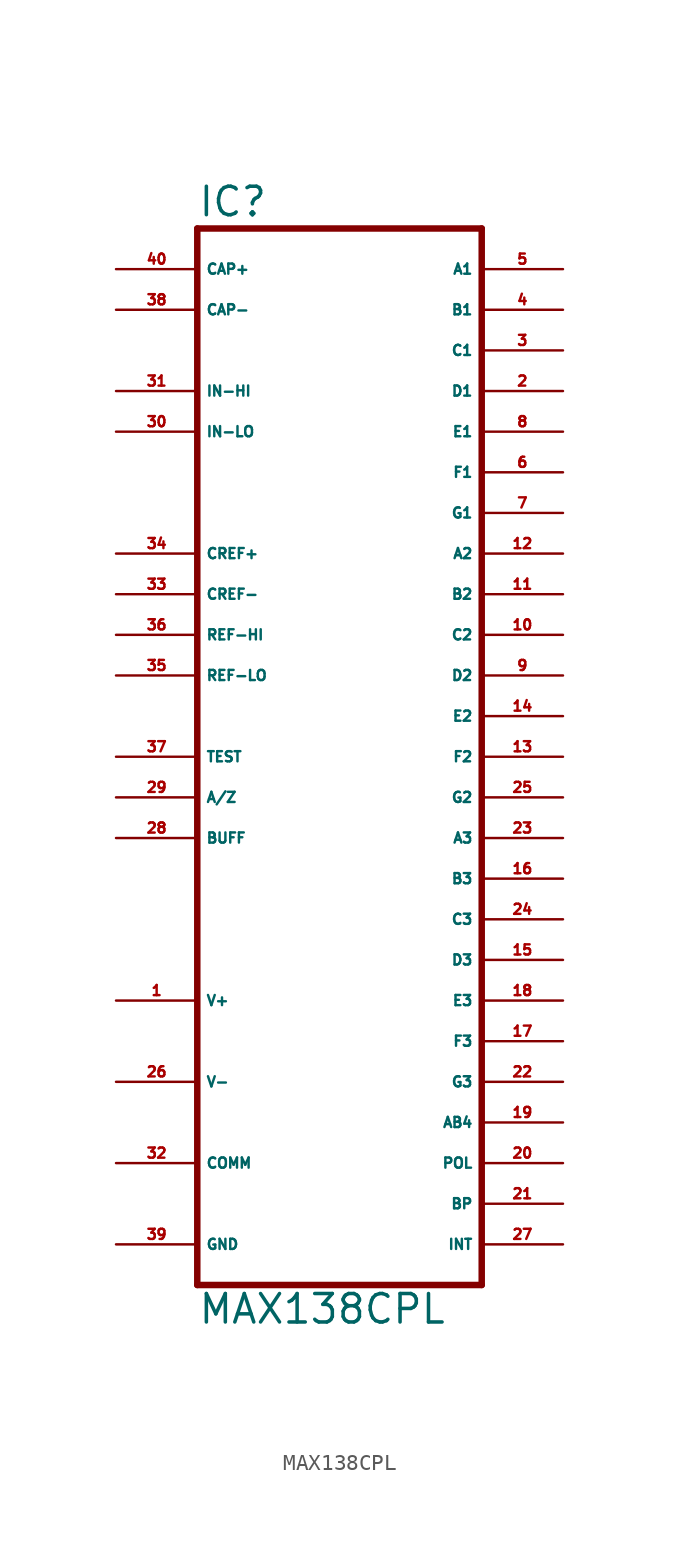
<source format=kicad_sym>
(kicad_symbol_lib
  (version 20220914)
  (generator Eagle2Kicad)
  (symbol "MAX138CPL"
    (property "Reference" "IC"
      (at -10.16 31.115 0)
      (effects (font (size 1.778 1.778) (thickness 0.22)) (justify left bottom)))
    (property "Value" "MAX138CPL"
      (at -10.16 -38.1 0)
      (effects (font (size 1.778 1.778) (thickness 0.22)) (justify left bottom)))
    (polyline
      (pts (xy -10.16 30.48) (xy 7.62 30.48))
      (stroke (width 0.406) (type default))
      (fill (type none)))
    (polyline
      (pts (xy 7.62 -35.56) (xy 7.62 30.48))
      (stroke (width 0.406) (type default))
      (fill (type none)))
    (polyline
      (pts (xy 7.62 -35.56) (xy -10.16 -35.56))
      (stroke (width 0.406) (type default))
      (fill (type none)))
    (polyline
      (pts (xy -10.16 30.48) (xy -10.16 -35.56))
      (stroke (width 0.406) (type default))
      (fill (type none)))
    (pin tri_state line
      (at 12.7 20.32 180)
      (length 5.08)
      (name "D1" (effects (font (size 0.635 0.635) (thickness 0.08)) (justify left bottom)))
      (number "2" (effects (font (size 0.635 0.635) (thickness 0.08)) (justify left bottom))))
    (pin tri_state line
      (at 12.7 22.86 180)
      (length 5.08)
      (name "C1" (effects (font (size 0.635 0.635) (thickness 0.08)) (justify left bottom)))
      (number "3" (effects (font (size 0.635 0.635) (thickness 0.08)) (justify left bottom))))
    (pin tri_state line
      (at 12.7 25.4 180)
      (length 5.08)
      (name "B1" (effects (font (size 0.635 0.635) (thickness 0.08)) (justify left bottom)))
      (number "4" (effects (font (size 0.635 0.635) (thickness 0.08)) (justify left bottom))))
    (pin tri_state line
      (at 12.7 27.94 180)
      (length 5.08)
      (name "A1" (effects (font (size 0.635 0.635) (thickness 0.08)) (justify left bottom)))
      (number "5" (effects (font (size 0.635 0.635) (thickness 0.08)) (justify left bottom))))
    (pin tri_state line
      (at 12.7 15.24 180)
      (length 5.08)
      (name "F1" (effects (font (size 0.635 0.635) (thickness 0.08)) (justify left bottom)))
      (number "6" (effects (font (size 0.635 0.635) (thickness 0.08)) (justify left bottom))))
    (pin tri_state line
      (at 12.7 12.7 180)
      (length 5.08)
      (name "G1" (effects (font (size 0.635 0.635) (thickness 0.08)) (justify left bottom)))
      (number "7" (effects (font (size 0.635 0.635) (thickness 0.08)) (justify left bottom))))
    (pin tri_state line
      (at 12.7 17.78 180)
      (length 5.08)
      (name "E1" (effects (font (size 0.635 0.635) (thickness 0.08)) (justify left bottom)))
      (number "8" (effects (font (size 0.635 0.635) (thickness 0.08)) (justify left bottom))))
    (pin tri_state line
      (at 12.7 2.54 180)
      (length 5.08)
      (name "D2" (effects (font (size 0.635 0.635) (thickness 0.08)) (justify left bottom)))
      (number "9" (effects (font (size 0.635 0.635) (thickness 0.08)) (justify left bottom))))
    (pin tri_state line
      (at 12.7 5.08 180)
      (length 5.08)
      (name "C2" (effects (font (size 0.635 0.635) (thickness 0.08)) (justify left bottom)))
      (number "10" (effects (font (size 0.635 0.635) (thickness 0.08)) (justify left bottom))))
    (pin tri_state line
      (at 12.7 7.62 180)
      (length 5.08)
      (name "B2" (effects (font (size 0.635 0.635) (thickness 0.08)) (justify left bottom)))
      (number "11" (effects (font (size 0.635 0.635) (thickness 0.08)) (justify left bottom))))
    (pin tri_state line
      (at 12.7 10.16 180)
      (length 5.08)
      (name "A2" (effects (font (size 0.635 0.635) (thickness 0.08)) (justify left bottom)))
      (number "12" (effects (font (size 0.635 0.635) (thickness 0.08)) (justify left bottom))))
    (pin tri_state line
      (at 12.7 -2.54 180)
      (length 5.08)
      (name "F2" (effects (font (size 0.635 0.635) (thickness 0.08)) (justify left bottom)))
      (number "13" (effects (font (size 0.635 0.635) (thickness 0.08)) (justify left bottom))))
    (pin tri_state line
      (at 12.7 0 180)
      (length 5.08)
      (name "E2" (effects (font (size 0.635 0.635) (thickness 0.08)) (justify left bottom)))
      (number "14" (effects (font (size 0.635 0.635) (thickness 0.08)) (justify left bottom))))
    (pin tri_state line
      (at 12.7 -15.24 180)
      (length 5.08)
      (name "D3" (effects (font (size 0.635 0.635) (thickness 0.08)) (justify left bottom)))
      (number "15" (effects (font (size 0.635 0.635) (thickness 0.08)) (justify left bottom))))
    (pin tri_state line
      (at 12.7 -10.16 180)
      (length 5.08)
      (name "B3" (effects (font (size 0.635 0.635) (thickness 0.08)) (justify left bottom)))
      (number "16" (effects (font (size 0.635 0.635) (thickness 0.08)) (justify left bottom))))
    (pin tri_state line
      (at 12.7 -20.32 180)
      (length 5.08)
      (name "F3" (effects (font (size 0.635 0.635) (thickness 0.08)) (justify left bottom)))
      (number "17" (effects (font (size 0.635 0.635) (thickness 0.08)) (justify left bottom))))
    (pin tri_state line
      (at 12.7 -17.78 180)
      (length 5.08)
      (name "E3" (effects (font (size 0.635 0.635) (thickness 0.08)) (justify left bottom)))
      (number "18" (effects (font (size 0.635 0.635) (thickness 0.08)) (justify left bottom))))
    (pin tri_state line
      (at 12.7 -25.4 180)
      (length 5.08)
      (name "AB4" (effects (font (size 0.635 0.635) (thickness 0.08)) (justify left bottom)))
      (number "19" (effects (font (size 0.635 0.635) (thickness 0.08)) (justify left bottom))))
    (pin tri_state line
      (at 12.7 -22.86 180)
      (length 5.08)
      (name "G3" (effects (font (size 0.635 0.635) (thickness 0.08)) (justify left bottom)))
      (number "22" (effects (font (size 0.635 0.635) (thickness 0.08)) (justify left bottom))))
    (pin tri_state line
      (at 12.7 -7.62 180)
      (length 5.08)
      (name "A3" (effects (font (size 0.635 0.635) (thickness 0.08)) (justify left bottom)))
      (number "23" (effects (font (size 0.635 0.635) (thickness 0.08)) (justify left bottom))))
    (pin tri_state line
      (at 12.7 -12.7 180)
      (length 5.08)
      (name "C3" (effects (font (size 0.635 0.635) (thickness 0.08)) (justify left bottom)))
      (number "24" (effects (font (size 0.635 0.635) (thickness 0.08)) (justify left bottom))))
    (pin tri_state line
      (at 12.7 -5.08 180)
      (length 5.08)
      (name "G2" (effects (font (size 0.635 0.635) (thickness 0.08)) (justify left bottom)))
      (number "25" (effects (font (size 0.635 0.635) (thickness 0.08)) (justify left bottom))))
    (pin output line
      (at 12.7 -27.94 180)
      (length 5.08)
      (name "POL" (effects (font (size 0.635 0.635) (thickness 0.08)) (justify left bottom)))
      (number "20" (effects (font (size 0.635 0.635) (thickness 0.08)) (justify left bottom))))
    (pin output line
      (at 12.7 -30.48 180)
      (length 5.08)
      (name "BP" (effects (font (size 0.635 0.635) (thickness 0.08)) (justify left bottom)))
      (number "21" (effects (font (size 0.635 0.635) (thickness 0.08)) (justify left bottom))))
    (pin passive line
      (at -15.24 27.94 0)
      (length 5.08)
      (name "CAP+" (effects (font (size 0.635 0.635) (thickness 0.08)) (justify left bottom)))
      (number "40" (effects (font (size 0.635 0.635) (thickness 0.08)) (justify left bottom))))
    (pin passive line
      (at -15.24 25.4 0)
      (length 5.08)
      (name "CAP-" (effects (font (size 0.635 0.635) (thickness 0.08)) (justify left bottom)))
      (number "38" (effects (font (size 0.635 0.635) (thickness 0.08)) (justify left bottom))))
    (pin unspecified line
      (at -15.24 -33.02 0)
      (length 5.08)
      (name "GND" (effects (font (size 0.635 0.635) (thickness 0.08)) (justify left bottom)))
      (number "39" (effects (font (size 0.635 0.635) (thickness 0.08)) (justify left bottom))))
    (pin input line
      (at -15.24 20.32 0)
      (length 5.08)
      (name "IN-HI" (effects (font (size 0.635 0.635) (thickness 0.08)) (justify left bottom)))
      (number "31" (effects (font (size 0.635 0.635) (thickness 0.08)) (justify left bottom))))
    (pin input line
      (at -15.24 17.78 0)
      (length 5.08)
      (name "IN-LO" (effects (font (size 0.635 0.635) (thickness 0.08)) (justify left bottom)))
      (number "30" (effects (font (size 0.635 0.635) (thickness 0.08)) (justify left bottom))))
    (pin unspecified line
      (at -15.24 -27.94 0)
      (length 5.08)
      (name "COMM" (effects (font (size 0.635 0.635) (thickness 0.08)) (justify left bottom)))
      (number "32" (effects (font (size 0.635 0.635) (thickness 0.08)) (justify left bottom))))
    (pin passive line
      (at -15.24 10.16 0)
      (length 5.08)
      (name "CREF+" (effects (font (size 0.635 0.635) (thickness 0.08)) (justify left bottom)))
      (number "34" (effects (font (size 0.635 0.635) (thickness 0.08)) (justify left bottom))))
    (pin passive line
      (at -15.24 7.62 0)
      (length 5.08)
      (name "CREF-" (effects (font (size 0.635 0.635) (thickness 0.08)) (justify left bottom)))
      (number "33" (effects (font (size 0.635 0.635) (thickness 0.08)) (justify left bottom))))
    (pin input line
      (at -15.24 2.54 0)
      (length 5.08)
      (name "REF-LO" (effects (font (size 0.635 0.635) (thickness 0.08)) (justify left bottom)))
      (number "35" (effects (font (size 0.635 0.635) (thickness 0.08)) (justify left bottom))))
    (pin input line
      (at -15.24 5.08 0)
      (length 5.08)
      (name "REF-HI" (effects (font (size 0.635 0.635) (thickness 0.08)) (justify left bottom)))
      (number "36" (effects (font (size 0.635 0.635) (thickness 0.08)) (justify left bottom))))
    (pin passive line
      (at -15.24 -2.54 0)
      (length 5.08)
      (name "TEST" (effects (font (size 0.635 0.635) (thickness 0.08)) (justify left bottom)))
      (number "37" (effects (font (size 0.635 0.635) (thickness 0.08)) (justify left bottom))))
    (pin passive line
      (at -15.24 -5.08 0)
      (length 5.08)
      (name "A/Z" (effects (font (size 0.635 0.635) (thickness 0.08)) (justify left bottom)))
      (number "29" (effects (font (size 0.635 0.635) (thickness 0.08)) (justify left bottom))))
    (pin passive line
      (at -15.24 -7.62 0)
      (length 5.08)
      (name "BUFF" (effects (font (size 0.635 0.635) (thickness 0.08)) (justify left bottom)))
      (number "28" (effects (font (size 0.635 0.635) (thickness 0.08)) (justify left bottom))))
    (pin output line
      (at 12.7 -33.02 180)
      (length 5.08)
      (name "INT" (effects (font (size 0.635 0.635) (thickness 0.08)) (justify left bottom)))
      (number "27" (effects (font (size 0.635 0.635) (thickness 0.08)) (justify left bottom))))
    (pin unspecified line
      (at -15.24 -17.78 0)
      (length 5.08)
      (name "V+" (effects (font (size 0.635 0.635) (thickness 0.08)) (justify left bottom)))
      (number "1" (effects (font (size 0.635 0.635) (thickness 0.08)) (justify left bottom))))
    (pin unspecified line
      (at -15.24 -22.86 0)
      (length 5.08)
      (name "V-" (effects (font (size 0.635 0.635) (thickness 0.08)) (justify left bottom)))
      (number "26" (effects (font (size 0.635 0.635) (thickness 0.08)) (justify left bottom))))))
</source>
